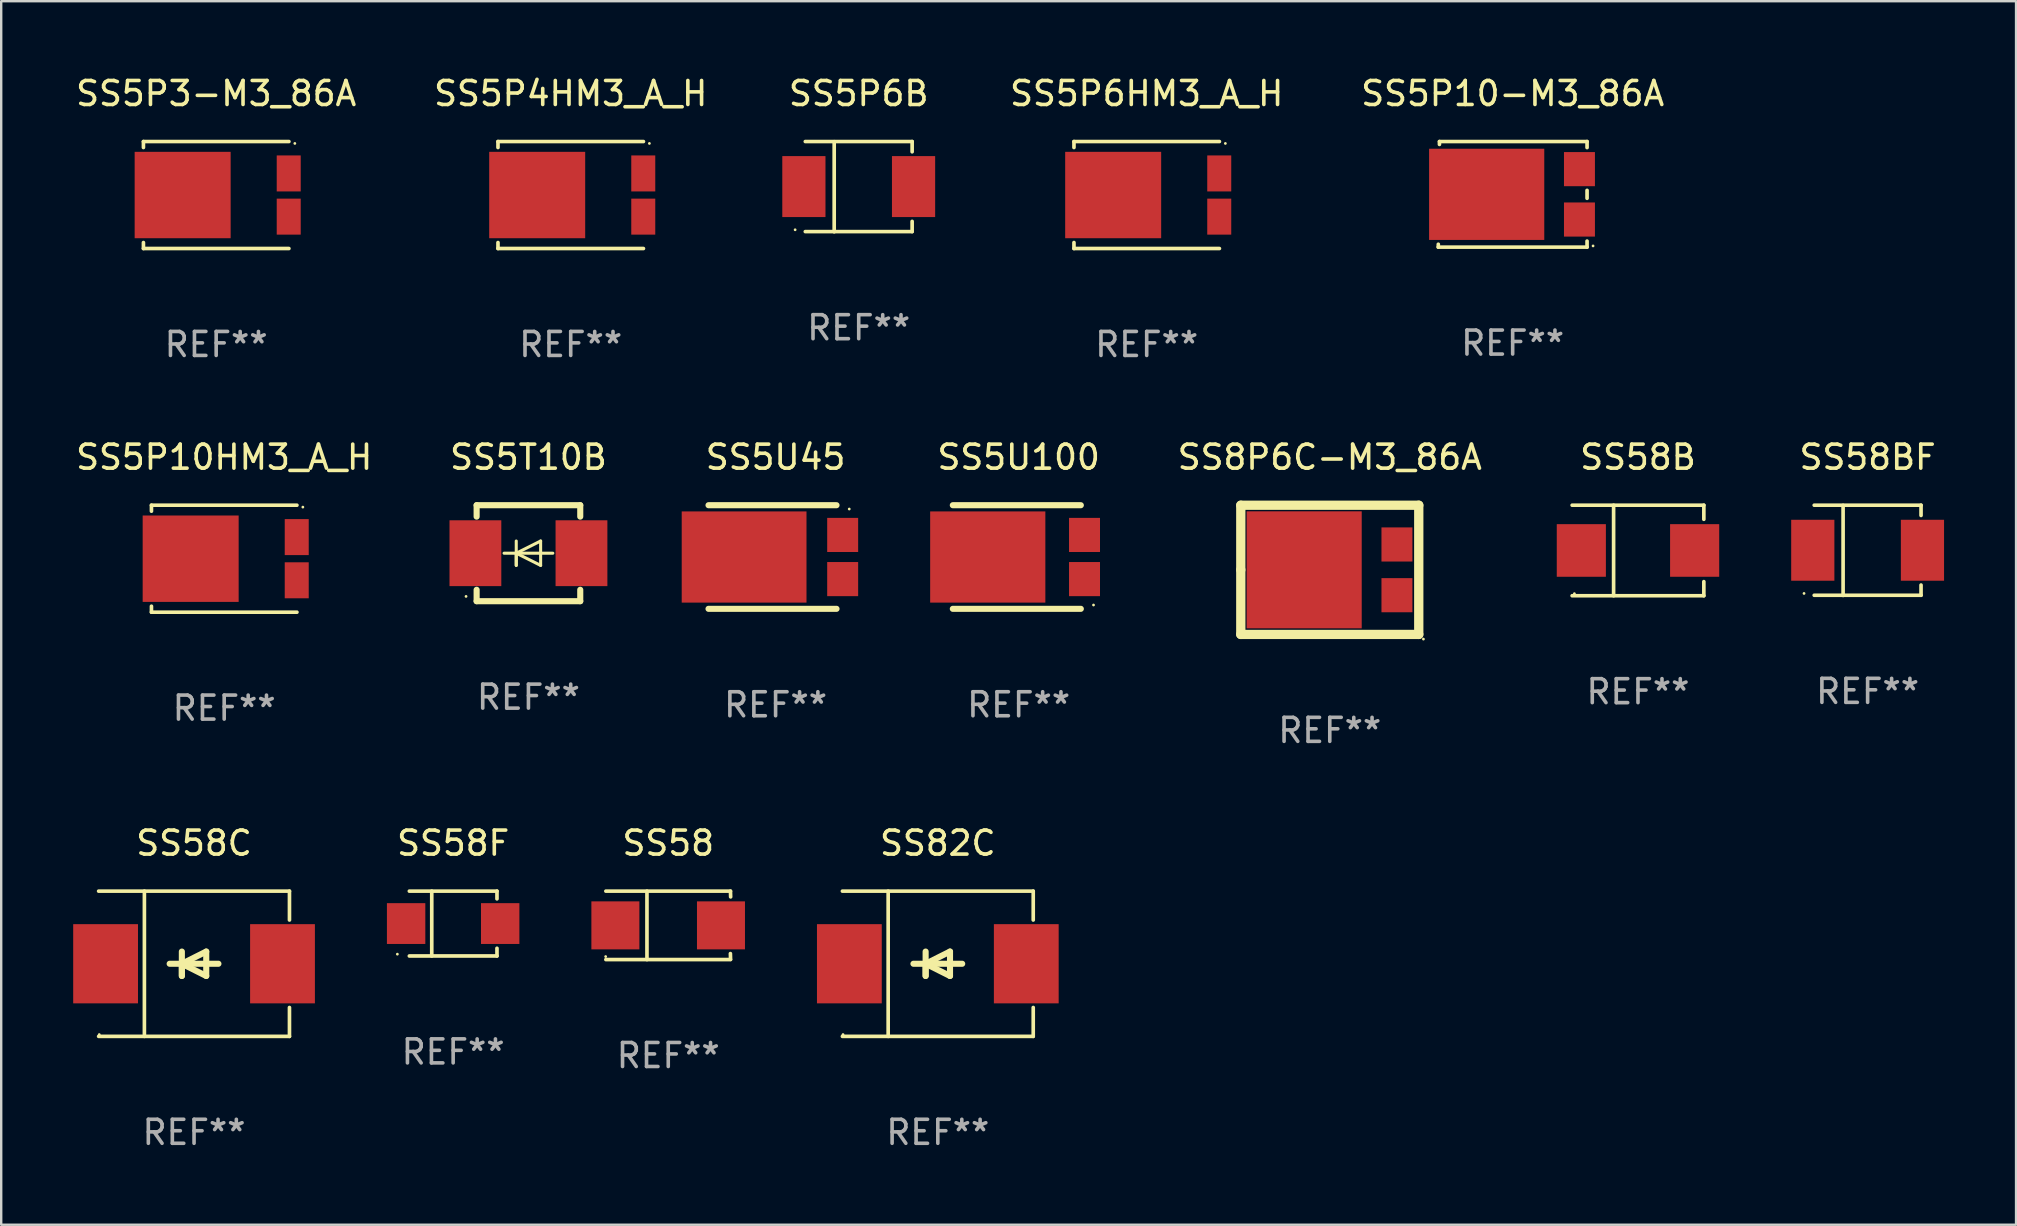
<source format=kicad_pcb>
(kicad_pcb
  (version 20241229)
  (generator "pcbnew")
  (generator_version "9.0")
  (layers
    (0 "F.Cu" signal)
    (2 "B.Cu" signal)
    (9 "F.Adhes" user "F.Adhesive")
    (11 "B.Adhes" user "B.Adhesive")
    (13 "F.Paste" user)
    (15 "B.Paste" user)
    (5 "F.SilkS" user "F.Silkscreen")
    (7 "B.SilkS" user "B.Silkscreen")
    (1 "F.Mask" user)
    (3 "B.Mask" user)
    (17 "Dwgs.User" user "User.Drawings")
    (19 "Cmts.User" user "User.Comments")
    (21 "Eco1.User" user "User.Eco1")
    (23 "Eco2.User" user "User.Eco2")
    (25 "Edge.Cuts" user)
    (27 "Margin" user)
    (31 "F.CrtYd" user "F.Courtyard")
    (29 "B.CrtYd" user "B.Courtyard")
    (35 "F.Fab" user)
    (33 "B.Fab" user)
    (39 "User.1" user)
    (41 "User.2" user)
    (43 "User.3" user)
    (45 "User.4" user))
  (footprint "SS5P6B"
    (layer "F.Cu")
    (at 32.733 4.728)
    (property "Reference" "SS5P6B" (at 0 -3.88 0) (layer "F.SilkS") (effects (font (size 1 1) (thickness 0.15))))
    (attr through_hole)
    (fp_line (start -2.226 -1.88) (end 2.226 -1.88) (stroke (width 0.152) (type solid)) (layer "F.SilkS"))
    (fp_line (start -2.226 1.873) (end 2.226 1.873) (stroke (width 0.152) (type solid)) (layer "F.SilkS"))
    (fp_line (start -1.022 -1.873) (end -1.022 1.88) (stroke (width 0.152) (type solid)) (layer "F.SilkS"))
    (fp_line (start 2.226 -1.88) (end 2.226 -1.453) (stroke (width 0.152) (type solid)) (layer "F.SilkS"))
    (fp_line (start 2.226 1.447) (end 2.226 1.873) (stroke (width 0.152) (type solid)) (layer "F.SilkS"))
    (fp_circle (center -2.65 1.797) (end -2.62 1.797) (stroke (width 0.06) (type solid)) (fill no) (layer "F.SilkS"))
    (fp_text user "REF**" (at 0 5.88 0) (layer "F.Fab") (effects (font (size 1 1) (thickness 0.15))))
    (pad "1" smd rect (at -2.285 -0.003) (size 1.8 2.54) (layers "F.Cu" "F.Mask" "F.Paste"))
    (pad "2" smd rect (at 2.285 -0.003) (size 1.8 2.54) (layers "F.Cu" "F.Mask" "F.Paste")))
  (footprint "SS58C"
    (layer "F.Cu")
    (at 5.036 37.11)
    (property "Reference" "SS58C" (at 0 -5.026 0) (layer "F.SilkS") (effects (font (size 1 1) (thickness 0.15))))
    (attr through_hole)
    (fp_line (start -3.976 -3.026) (end 3.976 -3.026) (stroke (width 0.152) (type solid)) (layer "F.SilkS"))
    (fp_line (start -3.976 3.026) (end 3.976 3.026) (stroke (width 0.152) (type solid)) (layer "F.SilkS"))
    (fp_line (start -2.069 -3.026) (end -2.069 3.026) (stroke (width 0.152) (type solid)) (layer "F.SilkS"))
    (fp_line (start -0.508 0) (end -0.508 0.508) (stroke (width 0.254) (type solid)) (layer "F.SilkS"))
    (fp_line (start -0.508 0) (end 0.508 0.508) (stroke (width 0.254) (type solid)) (layer "F.SilkS"))
    (fp_line (start -0.508 0.508) (end -0.508 -0.508) (stroke (width 0.254) (type solid)) (layer "F.SilkS"))
    (fp_line (start 0.508 -0.508) (end -0.508 0) (stroke (width 0.254) (type solid)) (layer "F.SilkS"))
    (fp_line (start 0.508 0.508) (end 0.508 -0.508) (stroke (width 0.254) (type solid)) (layer "F.SilkS"))
    (fp_line (start 1.016 0) (end -1.016 0) (stroke (width 0.254) (type solid)) (layer "F.SilkS"))
    (fp_line (start 3.976 -3.026) (end 3.976 -1.823) (stroke (width 0.152) (type solid)) (layer "F.SilkS"))
    (fp_line (start 3.976 3.026) (end 3.976 1.823) (stroke (width 0.152) (type solid)) (layer "F.SilkS"))
    (fp_circle (center -3.95 2.95) (end -3.92 2.95) (stroke (width 0.06) (type solid)) (fill no) (layer "F.SilkS"))
    (fp_text user "REF**" (at 0 7.026 0) (layer "F.Fab") (effects (font (size 1 1) (thickness 0.15))))
    (pad "1" smd rect (at -3.686 0) (size 2.7 3.3) (layers "F.Cu" "F.Mask" "F.Paste"))
    (pad "2" smd rect (at 3.686 0) (size 2.7 3.3) (layers "F.Cu" "F.Mask" "F.Paste")))
  (footprint "SS5P6HM3_A_H"
    (layer "F.Cu")
    (at 44.733 5.077)
    (property "Reference" "SS5P6HM3_A_H" (at 0 -4.229 0) (layer "F.SilkS") (effects (font (size 1 1) (thickness 0.15))))
    (attr through_hole)
    (fp_line (start -3.031 -2.229) (end -3.031 -1.98) (stroke (width 0.152) (type solid)) (layer "F.SilkS"))
    (fp_line (start -3.031 1.98) (end -3.031 2.229) (stroke (width 0.152) (type solid)) (layer "F.SilkS"))
    (fp_line (start 3.031 -2.229) (end -3.031 -2.229) (stroke (width 0.152) (type solid)) (layer "F.SilkS"))
    (fp_line (start 3.031 2.229) (end -3.031 2.229) (stroke (width 0.152) (type solid)) (layer "F.SilkS"))
    (fp_circle (center 3.278 -2.15) (end 3.308 -2.15) (stroke (width 0.06) (type solid)) (fill no) (layer "F.SilkS"))
    (fp_text user "REF**" (at 0 6.229 0) (layer "F.Fab") (effects (font (size 1 1) (thickness 0.15))))
    (pad "1" smd rect (at 3.023 -0.9) (size 1 1.5) (layers "F.Cu" "F.Mask" "F.Paste"))
    (pad "2" smd rect (at 3.023 0.9) (size 1 1.5) (layers "F.Cu" "F.Mask" "F.Paste"))
    (pad "3" smd rect (at -1.397 0) (size 4 3.6) (layers "F.Cu" "F.Mask" "F.Paste")))
  (footprint "SS58"
    (layer "F.Cu")
    (at 24.796 35.51)
    (property "Reference" "SS58" (at 0 -3.426 0) (layer "F.SilkS") (effects (font (size 1 1) (thickness 0.15))))
    (attr through_hole)
    (fp_line (start -2.6 -1.426) (end 2.593 -1.426) (stroke (width 0.152) (type solid)) (layer "F.SilkS"))
    (fp_line (start -2.6 1.426) (end 2.593 1.426) (stroke (width 0.152) (type solid)) (layer "F.SilkS"))
    (fp_line (start -0.887 -1.426) (end -0.887 1.426) (stroke (width 0.152) (type solid)) (layer "F.SilkS"))
    (fp_line (start 2.59 1.176) (end 2.597 1.415) (stroke (width 0.152) (type solid)) (layer "F.SilkS"))
    (fp_line (start 2.593 -1.426) (end 2.6 -1.187) (stroke (width 0.152) (type solid)) (layer "F.SilkS"))
    (fp_circle (center -2.608 1.3) (end -2.578 1.3) (stroke (width 0.06) (type solid)) (fill no) (layer "F.SilkS"))
    (fp_text user "REF**" (at 0 5.426 0) (layer "F.Fab") (effects (font (size 1 1) (thickness 0.15))))
    (pad "1" smd rect (at -2.203 0 180) (size 2 2) (layers "F.Cu" "F.Mask" "F.Paste"))
    (pad "2" smd rect (at 2.197 0 180) (size 2 2) (layers "F.Cu" "F.Mask" "F.Paste")))
  (footprint "SS5P10HM3_A_H"
    (layer "F.Cu")
    (at 6.292 20.231)
    (property "Reference" "SS5P10HM3_A_H" (at 0 -4.229 0) (layer "F.SilkS") (effects (font (size 1 1) (thickness 0.15))))
    (attr through_hole)
    (fp_line (start -3.031 -2.229) (end -3.031 -1.98) (stroke (width 0.152) (type solid)) (layer "F.SilkS"))
    (fp_line (start -3.031 1.98) (end -3.031 2.229) (stroke (width 0.152) (type solid)) (layer "F.SilkS"))
    (fp_line (start 3.031 -2.229) (end -3.031 -2.229) (stroke (width 0.152) (type solid)) (layer "F.SilkS"))
    (fp_line (start 3.031 2.229) (end -3.031 2.229) (stroke (width 0.152) (type solid)) (layer "F.SilkS"))
    (fp_circle (center 3.278 -2.15) (end 3.308 -2.15) (stroke (width 0.06) (type solid)) (fill no) (layer "F.SilkS"))
    (fp_text user "REF**" (at 0 6.229 0) (layer "F.Fab") (effects (font (size 1 1) (thickness 0.15))))
    (pad "1" smd rect (at 3.023 -0.9) (size 1 1.5) (layers "F.Cu" "F.Mask" "F.Paste"))
    (pad "2" smd rect (at 3.023 0.9) (size 1 1.5) (layers "F.Cu" "F.Mask" "F.Paste"))
    (pad "3" smd rect (at -1.397 0) (size 4 3.6) (layers "F.Cu" "F.Mask" "F.Paste")))
  (footprint "SS5U45"
    (layer "F.Cu")
    (at 29.269 20.161)
    (property "Reference" "SS5U45" (at 0 -4.159 0) (layer "F.SilkS") (effects (font (size 1 1) (thickness 0.15))))
    (attr through_hole)
    (fp_line (start -2.795 2.159) (end 2.539 2.159) (stroke (width 0.254) (type solid)) (layer "F.SilkS"))
    (fp_line (start 2.539 -2.159) (end -2.795 -2.159) (stroke (width 0.254) (type solid)) (layer "F.SilkS"))
    (fp_circle (center 3.069 -2) (end 3.099 -2) (stroke (width 0.06) (type solid)) (fill no) (layer "F.SilkS"))
    (fp_text user "REF**" (at 0 6.159 0) (layer "F.Fab") (effects (font (size 1 1) (thickness 0.15))))
    (pad "1" smd rect (at 2.795 -0.92) (size 1.29 1.422) (layers "F.Cu" "F.Mask" "F.Paste"))
    (pad "2" smd rect (at -1.312 0) (size 5.2 3.8) (layers "F.Cu" "F.Mask" "F.Paste"))
    (pad "3" smd rect (at 2.795 0.92) (size 1.29 1.422) (layers "F.Cu" "F.Mask" "F.Paste")))
  (footprint "SS5T10B"
    (layer "F.Cu")
    (at 18.97 20.002)
    (property "Reference" "SS5T10B" (at 0 -4 0) (layer "F.SilkS") (effects (font (size 1 1) (thickness 0.15))))
    (attr through_hole)
    (fp_line (start -2.159 -2) (end 2.159 -2) (stroke (width 0.254) (type solid)) (layer "F.SilkS"))
    (fp_line (start -2.159 -1.524) (end -2.159 -2) (stroke (width 0.254) (type solid)) (layer "F.SilkS"))
    (fp_line (start -2.159 1.524) (end -2.159 2) (stroke (width 0.254) (type solid)) (layer "F.SilkS"))
    (fp_line (start -2.159 2) (end 2.159 2) (stroke (width 0.254) (type solid)) (layer "F.SilkS"))
    (fp_line (start -0.508 0) (end -0.508 0.508) (stroke (width 0.127) (type solid)) (layer "F.SilkS"))
    (fp_line (start -0.508 0) (end 0.508 0.508) (stroke (width 0.127) (type solid)) (layer "F.SilkS"))
    (fp_line (start -0.508 0.508) (end -0.508 -0.508) (stroke (width 0.127) (type solid)) (layer "F.SilkS"))
    (fp_line (start 0.508 -0.508) (end -0.508 0) (stroke (width 0.127) (type solid)) (layer "F.SilkS"))
    (fp_line (start 0.508 0.508) (end 0.508 -0.508) (stroke (width 0.127) (type solid)) (layer "F.SilkS"))
    (fp_line (start 1.016 0) (end -1.016 0) (stroke (width 0.127) (type solid)) (layer "F.SilkS"))
    (fp_line (start 2.159 -2) (end 2.159 -1.524) (stroke (width 0.254) (type solid)) (layer "F.SilkS"))
    (fp_line (start 2.159 2) (end 2.159 1.524) (stroke (width 0.254) (type solid)) (layer "F.SilkS"))
    (fp_circle (center -2.6 1.8) (end -2.57 1.8) (stroke (width 0.06) (type solid)) (fill no) (layer "F.SilkS"))
    (fp_text user "REF**" (at 0 6 0) (layer "F.Fab") (effects (font (size 1 1) (thickness 0.15))))
    (pad "1" smd rect (at -2.21 0 180) (size 2.159 2.743) (layers "F.Cu" "F.Mask" "F.Paste"))
    (pad "2" smd rect (at 2.21 0 180) (size 2.159 2.743) (layers "F.Cu" "F.Mask" "F.Paste")))
  (footprint "SS58F"
    (layer "F.Cu")
    (at 15.833 35.435)
    (property "Reference" "SS58F" (at 0 -3.351 0) (layer "F.SilkS") (effects (font (size 1 1) (thickness 0.15))))
    (attr through_hole)
    (fp_line (start -1.826 -1.351) (end 1.826 -1.351) (stroke (width 0.152) (type solid)) (layer "F.SilkS"))
    (fp_line (start -1.826 1.351) (end 1.826 1.351) (stroke (width 0.152) (type solid)) (layer "F.SilkS"))
    (fp_line (start -0.892 -1.351) (end -0.892 1.351) (stroke (width 0.152) (type solid)) (layer "F.SilkS"))
    (fp_line (start 1.826 -1.351) (end 1.826 -1.03) (stroke (width 0.152) (type solid)) (layer "F.SilkS"))
    (fp_line (start 1.826 1.03) (end 1.826 1.351) (stroke (width 0.152) (type solid)) (layer "F.SilkS"))
    (fp_circle (center -2.325 1.275) (end -2.295 1.275) (stroke (width 0.06) (type solid)) (fill no) (layer "F.SilkS"))
    (fp_text user "REF**" (at 0 5.351 0) (layer "F.Fab") (effects (font (size 1 1) (thickness 0.15))))
    (pad "1" smd rect (at -1.96 0 180) (size 1.6 1.7) (layers "F.Cu" "F.Mask" "F.Paste"))
    (pad "2" smd rect (at 1.96 0 180) (size 1.6 1.7) (layers "F.Cu" "F.Mask" "F.Paste")))
  (footprint "SS58BF"
    (layer "F.Cu")
    (at 74.774 19.882)
    (property "Reference" "SS58BF" (at 0 -3.88 0) (layer "F.SilkS") (effects (font (size 1 1) (thickness 0.15))))
    (attr through_hole)
    (fp_line (start -2.226 -1.88) (end 2.226 -1.88) (stroke (width 0.152) (type solid)) (layer "F.SilkS"))
    (fp_line (start -2.226 1.873) (end 2.226 1.873) (stroke (width 0.152) (type solid)) (layer "F.SilkS"))
    (fp_line (start -1.022 -1.873) (end -1.022 1.88) (stroke (width 0.152) (type solid)) (layer "F.SilkS"))
    (fp_line (start 2.226 -1.88) (end 2.226 -1.453) (stroke (width 0.152) (type solid)) (layer "F.SilkS"))
    (fp_line (start 2.226 1.447) (end 2.226 1.873) (stroke (width 0.152) (type solid)) (layer "F.SilkS"))
    (fp_circle (center -2.65 1.797) (end -2.62 1.797) (stroke (width 0.06) (type solid)) (fill no) (layer "F.SilkS"))
    (fp_text user "REF**" (at 0 5.88 0) (layer "F.Fab") (effects (font (size 1 1) (thickness 0.15))))
    (pad "1" smd rect (at -2.285 -0.003) (size 1.8 2.54) (layers "F.Cu" "F.Mask" "F.Paste"))
    (pad "2" smd rect (at 2.285 -0.003) (size 1.8 2.54) (layers "F.Cu" "F.Mask" "F.Paste")))
  (footprint "SS5P3-M3_86A"
    (layer "F.Cu")
    (at 5.958 5.077)
    (property "Reference" "SS5P3-M3_86A" (at 0 -4.229 0) (layer "F.SilkS") (effects (font (size 1 1) (thickness 0.15))))
    (attr through_hole)
    (fp_line (start -3.031 -2.229) (end -3.031 -1.98) (stroke (width 0.152) (type solid)) (layer "F.SilkS"))
    (fp_line (start -3.031 1.98) (end -3.031 2.229) (stroke (width 0.152) (type solid)) (layer "F.SilkS"))
    (fp_line (start 3.031 -2.229) (end -3.031 -2.229) (stroke (width 0.152) (type solid)) (layer "F.SilkS"))
    (fp_line (start 3.031 2.229) (end -3.031 2.229) (stroke (width 0.152) (type solid)) (layer "F.SilkS"))
    (fp_circle (center 3.278 -2.15) (end 3.308 -2.15) (stroke (width 0.06) (type solid)) (fill no) (layer "F.SilkS"))
    (fp_text user "REF**" (at 0 6.229 0) (layer "F.Fab") (effects (font (size 1 1) (thickness 0.15))))
    (pad "1" smd rect (at 3.023 -0.9) (size 1 1.5) (layers "F.Cu" "F.Mask" "F.Paste"))
    (pad "2" smd rect (at 3.023 0.9) (size 1 1.5) (layers "F.Cu" "F.Mask" "F.Paste"))
    (pad "3" smd rect (at -1.397 0) (size 4 3.6) (layers "F.Cu" "F.Mask" "F.Paste")))
  (footprint "SS58B"
    (layer "F.Cu")
    (at 65.205 19.888)
    (property "Reference" "SS58B" (at 0 -3.886 0) (layer "F.SilkS") (effects (font (size 1 1) (thickness 0.15))))
    (attr through_hole)
    (fp_line (start -2.744 -1.886) (end 2.744 -1.886) (stroke (width 0.152) (type solid)) (layer "F.SilkS"))
    (fp_line (start -2.744 1.886) (end 2.744 1.886) (stroke (width 0.152) (type solid)) (layer "F.SilkS"))
    (fp_line (start -1.016 -1.886) (end -1.016 1.886) (stroke (width 0.152) (type solid)) (layer "F.SilkS"))
    (fp_line (start 2.744 -1.886) (end 2.744 -1.299) (stroke (width 0.152) (type solid)) (layer "F.SilkS"))
    (fp_line (start 2.744 1.886) (end 2.744 1.299) (stroke (width 0.152) (type solid)) (layer "F.SilkS"))
    (fp_circle (center -2.65 1.8) (end -2.62 1.8) (stroke (width 0.06) (type solid)) (fill no) (layer "F.SilkS"))
    (fp_text user "REF**" (at 0 5.886 0) (layer "F.Fab") (effects (font (size 1 1) (thickness 0.15))))
    (pad "1" smd rect (at -2.361 0) (size 2.047 2.192) (layers "F.Cu" "F.Mask" "F.Paste"))
    (pad "2" smd rect (at 2.361 0) (size 2.047 2.192) (layers "F.Cu" "F.Mask" "F.Paste")))
  (footprint "SS5P4HM3_A_H"
    (layer "F.Cu")
    (at 20.732 5.077)
    (property "Reference" "SS5P4HM3_A_H" (at 0 -4.229 0) (layer "F.SilkS") (effects (font (size 1 1) (thickness 0.15))))
    (attr through_hole)
    (fp_line (start -3.031 -2.229) (end -3.031 -1.98) (stroke (width 0.152) (type solid)) (layer "F.SilkS"))
    (fp_line (start -3.031 1.98) (end -3.031 2.229) (stroke (width 0.152) (type solid)) (layer "F.SilkS"))
    (fp_line (start 3.031 -2.229) (end -3.031 -2.229) (stroke (width 0.152) (type solid)) (layer "F.SilkS"))
    (fp_line (start 3.031 2.229) (end -3.031 2.229) (stroke (width 0.152) (type solid)) (layer "F.SilkS"))
    (fp_circle (center 3.278 -2.15) (end 3.308 -2.15) (stroke (width 0.06) (type solid)) (fill no) (layer "F.SilkS"))
    (fp_text user "REF**" (at 0 6.229 0) (layer "F.Fab") (effects (font (size 1 1) (thickness 0.15))))
    (pad "1" smd rect (at 3.023 -0.9) (size 1 1.5) (layers "F.Cu" "F.Mask" "F.Paste"))
    (pad "2" smd rect (at 3.023 0.9) (size 1 1.5) (layers "F.Cu" "F.Mask" "F.Paste"))
    (pad "3" smd rect (at -1.397 0) (size 4 3.6) (layers "F.Cu" "F.Mask" "F.Paste")))
  (footprint "SS5P10-M3_86A"
    (layer "F.Cu")
    (at 59.983 5.048)
    (property "Reference" "SS5P10-M3_86A" (at 0 -4.2 0) (layer "F.SilkS") (effects (font (size 1 1) (thickness 0.15))))
    (attr through_hole)
    (fp_line (start -3.1 2.2) (end -3.099 2.08) (stroke (width 0.152) (type solid)) (layer "F.SilkS"))
    (fp_line (start -3.051 -2.08) (end -3.05 -2.2) (stroke (width 0.152) (type solid)) (layer "F.SilkS"))
    (fp_line (start -3.05 -2.2) (end 3.1 -2.2) (stroke (width 0.152) (type solid)) (layer "F.SilkS"))
    (fp_line (start 3.1 -2.2) (end 3.1 -1.948) (stroke (width 0.152) (type solid)) (layer "F.SilkS"))
    (fp_line (start 3.1 -0.165) (end 3.1 0.165) (stroke (width 0.152) (type solid)) (layer "F.SilkS"))
    (fp_line (start 3.1 1.948) (end 3.1 2.2) (stroke (width 0.152) (type solid)) (layer "F.SilkS"))
    (fp_line (start 3.1 2.2) (end -3.1 2.2) (stroke (width 0.152) (type solid)) (layer "F.SilkS"))
    (fp_circle (center 3.35 2.15) (end 3.38 2.15) (stroke (width 0.06) (type solid)) (fill no) (layer "F.SilkS"))
    (fp_text user "REF**" (at 0 6.2 0) (layer "F.Fab") (effects (font (size 1 1) (thickness 0.15))))
    (pad "1" smd rect (at 2.783 1.05) (size 1.29 1.422) (layers "F.Cu" "F.Mask" "F.Paste"))
    (pad "2" smd rect (at 2.783 -1.05) (size 1.29 1.422) (layers "F.Cu" "F.Mask" "F.Paste"))
    (pad "3" smd rect (at -1.083 0 90) (size 3.8 4.8) (layers "F.Cu" "F.Mask" "F.Paste")))
  (footprint "SS8P6C-M3_86A"
    (layer "F.Cu")
    (at 52.362 20.695)
    (property "Reference" "SS8P6C-M3_86A" (at 0 -4.692 0) (layer "F.SilkS") (effects (font (size 1 1) (thickness 0.15))))
    (attr through_hole)
    (fp_line (start -3.708 -2.692) (end 3.708 -2.692) (stroke (width 0.387) (type solid)) (layer "F.SilkS"))
    (fp_line (start -3.708 0) (end -3.708 -2.692) (stroke (width 0.387) (type solid)) (layer "F.SilkS"))
    (fp_line (start -3.708 2.692) (end -3.708 0) (stroke (width 0.387) (type solid)) (layer "F.SilkS"))
    (fp_line (start 3.708 -2.692) (end 3.708 2.692) (stroke (width 0.387) (type solid)) (layer "F.SilkS"))
    (fp_line (start 3.708 2.692) (end -3.708 2.692) (stroke (width 0.387) (type solid)) (layer "F.SilkS"))
    (fp_circle (center 3.902 2.886) (end 3.932 2.886) (stroke (width 0.06) (type solid)) (fill no) (layer "F.SilkS"))
    (fp_text user "REF**" (at 0 6.692 0) (layer "F.Fab") (effects (font (size 1 1) (thickness 0.15))))
    (pad "1" smd rect (at 2.799 1.057) (size 1.29 1.422) (layers "F.Cu" "F.Mask" "F.Paste"))
    (pad "2" smd rect (at 2.799 -1.057) (size 1.29 1.422) (layers "F.Cu" "F.Mask" "F.Paste"))
    (pad "3" smd rect (at -1.067 0) (size 4.796 4.877) (layers "F.Cu" "F.Mask" "F.Paste")))
  (footprint "SS5U100"
    (layer "F.Cu")
    (at 39.398 20.161)
    (property "Reference" "SS5U100" (at 0 -4.159 0) (layer "F.SilkS") (effects (font (size 1 1) (thickness 0.15))))
    (attr through_hole)
    (fp_line (start -2.744 2.159) (end 2.59 2.159) (stroke (width 0.254) (type solid)) (layer "F.SilkS"))
    (fp_line (start 2.59 -2.159) (end -2.744 -2.159) (stroke (width 0.254) (type solid)) (layer "F.SilkS"))
    (fp_circle (center 3.119 2) (end 3.149 2) (stroke (width 0.06) (type solid)) (fill no) (layer "F.SilkS"))
    (fp_text user "REF**" (at 0 6.159 0) (layer "F.Fab") (effects (font (size 1 1) (thickness 0.15))))
    (pad "1" smd rect (at 2.744 0.92) (size 1.29 1.422) (layers "F.Cu" "F.Mask" "F.Paste"))
    (pad "2" smd rect (at -1.288 0 90) (size 3.8 4.8) (layers "F.Cu" "F.Mask" "F.Paste"))
    (pad "3" smd rect (at 2.744 -0.92) (size 1.29 1.422) (layers "F.Cu" "F.Mask" "F.Paste")))
  (footprint "SS82C"
    (layer "F.Cu")
    (at 36.029 37.11)
    (property "Reference" "SS82C" (at 0 -5.026 0) (layer "F.SilkS") (effects (font (size 1 1) (thickness 0.15))))
    (attr through_hole)
    (fp_line (start -3.976 -3.026) (end 3.976 -3.026) (stroke (width 0.152) (type solid)) (layer "F.SilkS"))
    (fp_line (start -3.976 3.026) (end 3.976 3.026) (stroke (width 0.152) (type solid)) (layer "F.SilkS"))
    (fp_line (start -2.069 -3.026) (end -2.069 3.026) (stroke (width 0.152) (type solid)) (layer "F.SilkS"))
    (fp_line (start -0.508 0) (end -0.508 0.508) (stroke (width 0.254) (type solid)) (layer "F.SilkS"))
    (fp_line (start -0.508 0) (end 0.508 0.508) (stroke (width 0.254) (type solid)) (layer "F.SilkS"))
    (fp_line (start -0.508 0.508) (end -0.508 -0.508) (stroke (width 0.254) (type solid)) (layer "F.SilkS"))
    (fp_line (start 0.508 -0.508) (end -0.508 0) (stroke (width 0.254) (type solid)) (layer "F.SilkS"))
    (fp_line (start 0.508 0.508) (end 0.508 -0.508) (stroke (width 0.254) (type solid)) (layer "F.SilkS"))
    (fp_line (start 1.016 0) (end -1.016 0) (stroke (width 0.254) (type solid)) (layer "F.SilkS"))
    (fp_line (start 3.976 -3.026) (end 3.976 -1.823) (stroke (width 0.152) (type solid)) (layer "F.SilkS"))
    (fp_line (start 3.976 3.026) (end 3.976 1.823) (stroke (width 0.152) (type solid)) (layer "F.SilkS"))
    (fp_circle (center -3.95 2.95) (end -3.92 2.95) (stroke (width 0.06) (type solid)) (fill no) (layer "F.SilkS"))
    (fp_text user "REF**" (at 0 7.026 0) (layer "F.Fab") (effects (font (size 1 1) (thickness 0.15))))
    (pad "1" smd rect (at -3.686 0) (size 2.7 3.3) (layers "F.Cu" "F.Mask" "F.Paste"))
    (pad "2" smd rect (at 3.686 0) (size 2.7 3.3) (layers "F.Cu" "F.Mask" "F.Paste")))
  (gr_rect
    (start -3 -3)
    (end 80.959 47.984)
    (stroke (width 0.1) (type default))
    (fill no)
    (layer "Edge.Cuts")))
</source>
